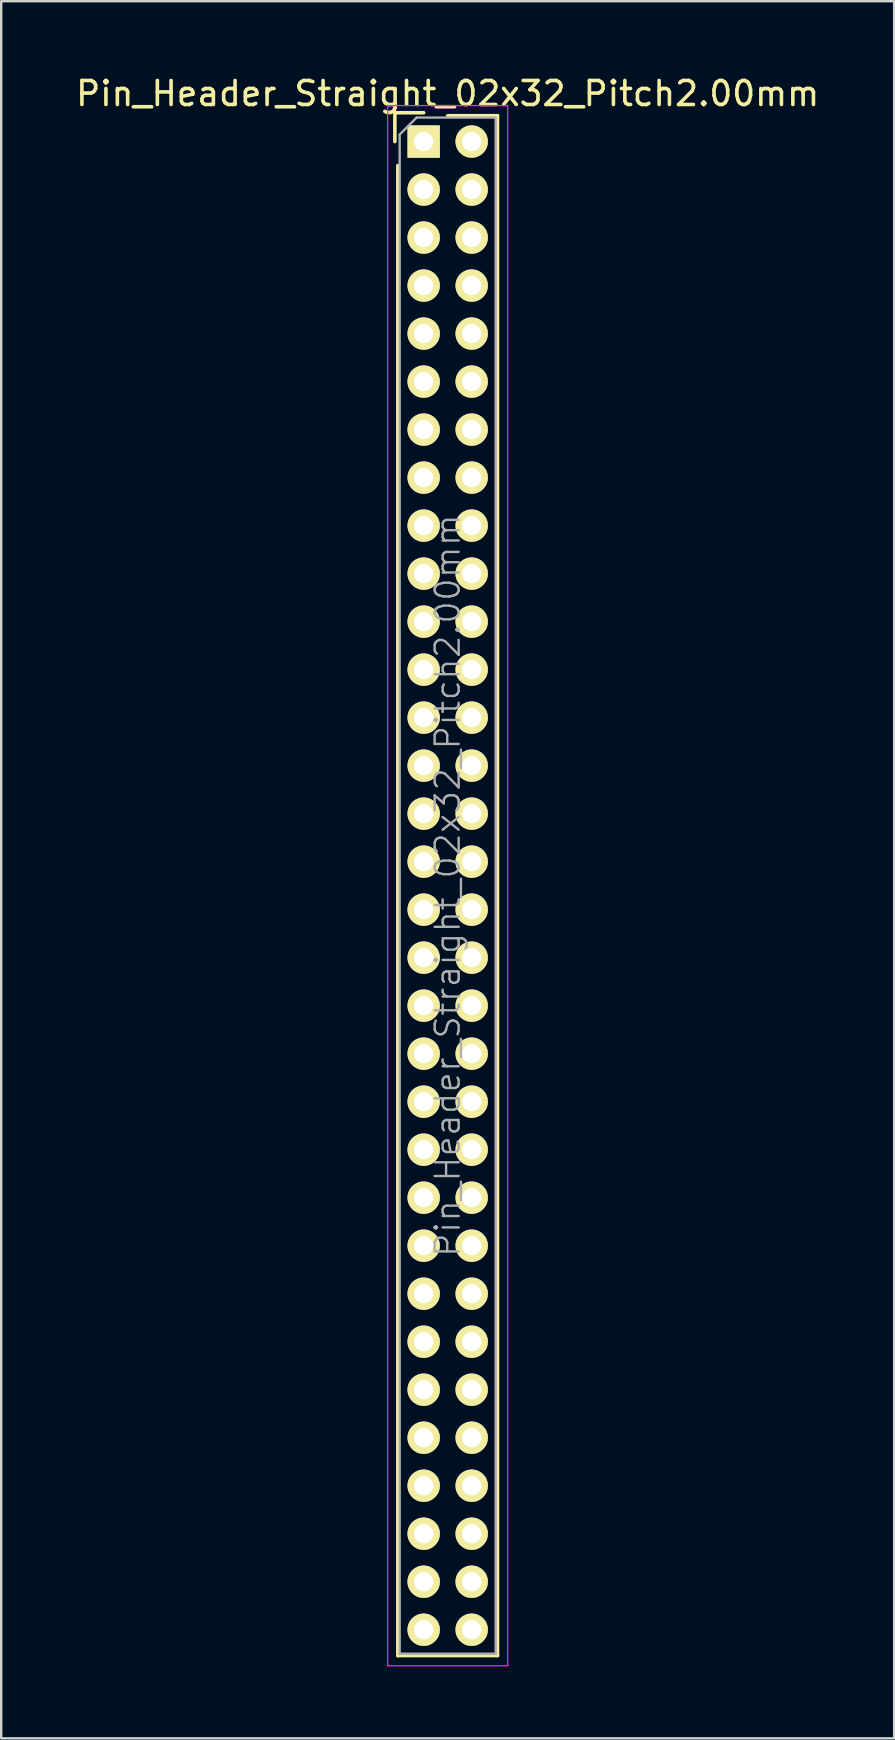
<source format=kicad_pcb>
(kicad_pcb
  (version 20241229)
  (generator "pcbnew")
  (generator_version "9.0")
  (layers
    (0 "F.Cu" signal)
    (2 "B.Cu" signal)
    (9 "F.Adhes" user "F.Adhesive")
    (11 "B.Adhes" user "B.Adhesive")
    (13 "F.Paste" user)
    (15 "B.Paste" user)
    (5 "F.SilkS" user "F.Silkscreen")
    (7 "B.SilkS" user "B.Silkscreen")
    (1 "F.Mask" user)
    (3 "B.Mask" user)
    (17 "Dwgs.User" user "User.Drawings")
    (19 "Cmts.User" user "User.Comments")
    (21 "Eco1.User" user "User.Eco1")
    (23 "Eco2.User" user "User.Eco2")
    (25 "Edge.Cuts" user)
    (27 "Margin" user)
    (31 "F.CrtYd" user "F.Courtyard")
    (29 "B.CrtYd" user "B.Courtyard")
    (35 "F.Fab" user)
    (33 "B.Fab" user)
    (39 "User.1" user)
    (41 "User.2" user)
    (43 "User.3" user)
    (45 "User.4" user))
  (footprint "Pin_Header_Straight_02x32_Pitch2.00mm"
    (layer "F.Cu")
    (at 14.601 2.848)
    (property "Reference" "Pin_Header_Straight_02x32_Pitch2.00mm" (at 1 -2 0) (layer "F.SilkS") (effects (font (size 1 1) (thickness 0.15))))
    (attr smd)
    (fp_line (start -1.2 -1.2) (end -1.2 0) (stroke (width 0.15) (type solid)) (layer "F.SilkS"))
    (fp_line (start -1.2 -1.2) (end 0 -1.2) (stroke (width 0.15) (type solid)) (layer "F.SilkS"))
    (fp_line (start -1.075 1) (end -1.075 63.075) (stroke (width 0.15) (type solid)) (layer "F.SilkS"))
    (fp_line (start -1.075 63.075) (end 3.075 63.075) (stroke (width 0.15) (type solid)) (layer "F.SilkS"))
    (fp_line (start 1 -1.075) (end 3.075 -1.075) (stroke (width 0.15) (type solid)) (layer "F.SilkS"))
    (fp_line (start 3.075 -1.075) (end 3.075 63.075) (stroke (width 0.15) (type solid)) (layer "F.SilkS"))
    (fp_line (start -1.5 -1.5) (end -1.5 63.5) (stroke (width 0.05) (type solid)) (layer "F.CrtYd"))
    (fp_line (start 3.5 -1.5) (end -1.5 -1.5) (stroke (width 0.05) (type solid)) (layer "F.CrtYd"))
    (fp_line (start 3.5 -1.5) (end 3.5 63.5) (stroke (width 0.05) (type solid)) (layer "F.CrtYd"))
    (fp_line (start 3.5 63.5) (end -1.5 63.5) (stroke (width 0.05) (type solid)) (layer "F.CrtYd"))
    (fp_line (start -1 -0.293) (end -0.293 -1) (stroke (width 0.1) (type solid)) (layer "F.Fab"))
    (fp_line (start -1 63) (end -1 -0.293) (stroke (width 0.1) (type solid)) (layer "F.Fab"))
    (fp_line (start 3 -1) (end -0.293 -1) (stroke (width 0.1) (type solid)) (layer "F.Fab"))
    (fp_line (start 3 63) (end -1 63) (stroke (width 0.1) (type solid)) (layer "F.Fab"))
    (fp_line (start 3 63) (end 3 -1) (stroke (width 0.1) (type solid)) (layer "F.Fab"))
    (fp_text user "${REFERENCE}" (at 1 31 90) (layer "F.Fab") (effects (font (size 1 1) (thickness 0.1))))
    (pad "1" thru_hole rect (at 0 0) (size 1.35 1.35) (drill 0.8) (layers "*.Cu" "*.Mask" "F.SilkS"))
    (pad "2" thru_hole oval (at 2 0) (size 1.35 1.35) (drill 0.8) (layers "*.Cu" "*.Mask" "F.SilkS"))
    (pad "3" thru_hole oval (at 0 2) (size 1.35 1.35) (drill 0.8) (layers "*.Cu" "*.Mask" "F.SilkS"))
    (pad "4" thru_hole oval (at 2 2) (size 1.35 1.35) (drill 0.8) (layers "*.Cu" "*.Mask" "F.SilkS"))
    (pad "5" thru_hole oval (at 0 4) (size 1.35 1.35) (drill 0.8) (layers "*.Cu" "*.Mask" "F.SilkS"))
    (pad "6" thru_hole oval (at 2 4) (size 1.35 1.35) (drill 0.8) (layers "*.Cu" "*.Mask" "F.SilkS"))
    (pad "7" thru_hole oval (at 0 6) (size 1.35 1.35) (drill 0.8) (layers "*.Cu" "*.Mask" "F.SilkS"))
    (pad "8" thru_hole oval (at 2 6) (size 1.35 1.35) (drill 0.8) (layers "*.Cu" "*.Mask" "F.SilkS"))
    (pad "9" thru_hole oval (at 0 8) (size 1.35 1.35) (drill 0.8) (layers "*.Cu" "*.Mask" "F.SilkS"))
    (pad "10" thru_hole oval (at 2 8) (size 1.35 1.35) (drill 0.8) (layers "*.Cu" "*.Mask" "F.SilkS"))
    (pad "11" thru_hole oval (at 0 10) (size 1.35 1.35) (drill 0.8) (layers "*.Cu" "*.Mask" "F.SilkS"))
    (pad "12" thru_hole oval (at 2 10) (size 1.35 1.35) (drill 0.8) (layers "*.Cu" "*.Mask" "F.SilkS"))
    (pad "13" thru_hole oval (at 0 12) (size 1.35 1.35) (drill 0.8) (layers "*.Cu" "*.Mask" "F.SilkS"))
    (pad "14" thru_hole oval (at 2 12) (size 1.35 1.35) (drill 0.8) (layers "*.Cu" "*.Mask" "F.SilkS"))
    (pad "15" thru_hole oval (at 0 14) (size 1.35 1.35) (drill 0.8) (layers "*.Cu" "*.Mask" "F.SilkS"))
    (pad "16" thru_hole oval (at 2 14) (size 1.35 1.35) (drill 0.8) (layers "*.Cu" "*.Mask" "F.SilkS"))
    (pad "17" thru_hole oval (at 0 16) (size 1.35 1.35) (drill 0.8) (layers "*.Cu" "*.Mask" "F.SilkS"))
    (pad "18" thru_hole oval (at 2 16) (size 1.35 1.35) (drill 0.8) (layers "*.Cu" "*.Mask" "F.SilkS"))
    (pad "19" thru_hole oval (at 0 18) (size 1.35 1.35) (drill 0.8) (layers "*.Cu" "*.Mask" "F.SilkS"))
    (pad "20" thru_hole oval (at 2 18) (size 1.35 1.35) (drill 0.8) (layers "*.Cu" "*.Mask" "F.SilkS"))
    (pad "21" thru_hole oval (at 0 20) (size 1.35 1.35) (drill 0.8) (layers "*.Cu" "*.Mask" "F.SilkS"))
    (pad "22" thru_hole oval (at 2 20) (size 1.35 1.35) (drill 0.8) (layers "*.Cu" "*.Mask" "F.SilkS"))
    (pad "23" thru_hole oval (at 0 22) (size 1.35 1.35) (drill 0.8) (layers "*.Cu" "*.Mask" "F.SilkS"))
    (pad "24" thru_hole oval (at 2 22) (size 1.35 1.35) (drill 0.8) (layers "*.Cu" "*.Mask" "F.SilkS"))
    (pad "25" thru_hole oval (at 0 24) (size 1.35 1.35) (drill 0.8) (layers "*.Cu" "*.Mask" "F.SilkS"))
    (pad "26" thru_hole oval (at 2 24) (size 1.35 1.35) (drill 0.8) (layers "*.Cu" "*.Mask" "F.SilkS"))
    (pad "27" thru_hole oval (at 0 26) (size 1.35 1.35) (drill 0.8) (layers "*.Cu" "*.Mask" "F.SilkS"))
    (pad "28" thru_hole oval (at 2 26) (size 1.35 1.35) (drill 0.8) (layers "*.Cu" "*.Mask" "F.SilkS"))
    (pad "29" thru_hole oval (at 0 28) (size 1.35 1.35) (drill 0.8) (layers "*.Cu" "*.Mask" "F.SilkS"))
    (pad "30" thru_hole oval (at 2 28) (size 1.35 1.35) (drill 0.8) (layers "*.Cu" "*.Mask" "F.SilkS"))
    (pad "31" thru_hole oval (at 0 30) (size 1.35 1.35) (drill 0.8) (layers "*.Cu" "*.Mask" "F.SilkS"))
    (pad "32" thru_hole oval (at 2 30) (size 1.35 1.35) (drill 0.8) (layers "*.Cu" "*.Mask" "F.SilkS"))
    (pad "33" thru_hole oval (at 0 32) (size 1.35 1.35) (drill 0.8) (layers "*.Cu" "*.Mask" "F.SilkS"))
    (pad "34" thru_hole oval (at 2 32) (size 1.35 1.35) (drill 0.8) (layers "*.Cu" "*.Mask" "F.SilkS"))
    (pad "35" thru_hole oval (at 0 34) (size 1.35 1.35) (drill 0.8) (layers "*.Cu" "*.Mask" "F.SilkS"))
    (pad "36" thru_hole oval (at 2 34) (size 1.35 1.35) (drill 0.8) (layers "*.Cu" "*.Mask" "F.SilkS"))
    (pad "37" thru_hole oval (at 0 36) (size 1.35 1.35) (drill 0.8) (layers "*.Cu" "*.Mask" "F.SilkS"))
    (pad "38" thru_hole oval (at 2 36) (size 1.35 1.35) (drill 0.8) (layers "*.Cu" "*.Mask" "F.SilkS"))
    (pad "39" thru_hole oval (at 0 38) (size 1.35 1.35) (drill 0.8) (layers "*.Cu" "*.Mask" "F.SilkS"))
    (pad "40" thru_hole oval (at 2 38) (size 1.35 1.35) (drill 0.8) (layers "*.Cu" "*.Mask" "F.SilkS"))
    (pad "41" thru_hole oval (at 0 40) (size 1.35 1.35) (drill 0.8) (layers "*.Cu" "*.Mask" "F.SilkS"))
    (pad "42" thru_hole oval (at 2 40) (size 1.35 1.35) (drill 0.8) (layers "*.Cu" "*.Mask" "F.SilkS"))
    (pad "43" thru_hole oval (at 0 42) (size 1.35 1.35) (drill 0.8) (layers "*.Cu" "*.Mask" "F.SilkS"))
    (pad "44" thru_hole oval (at 2 42) (size 1.35 1.35) (drill 0.8) (layers "*.Cu" "*.Mask" "F.SilkS"))
    (pad "45" thru_hole oval (at 0 44) (size 1.35 1.35) (drill 0.8) (layers "*.Cu" "*.Mask" "F.SilkS"))
    (pad "46" thru_hole oval (at 2 44) (size 1.35 1.35) (drill 0.8) (layers "*.Cu" "*.Mask" "F.SilkS"))
    (pad "47" thru_hole oval (at 0 46) (size 1.35 1.35) (drill 0.8) (layers "*.Cu" "*.Mask" "F.SilkS"))
    (pad "48" thru_hole oval (at 2 46) (size 1.35 1.35) (drill 0.8) (layers "*.Cu" "*.Mask" "F.SilkS"))
    (pad "49" thru_hole oval (at 0 48) (size 1.35 1.35) (drill 0.8) (layers "*.Cu" "*.Mask" "F.SilkS"))
    (pad "50" thru_hole oval (at 2 48) (size 1.35 1.35) (drill 0.8) (layers "*.Cu" "*.Mask" "F.SilkS"))
    (pad "51" thru_hole oval (at 0 50) (size 1.35 1.35) (drill 0.8) (layers "*.Cu" "*.Mask" "F.SilkS"))
    (pad "52" thru_hole oval (at 2 50) (size 1.35 1.35) (drill 0.8) (layers "*.Cu" "*.Mask" "F.SilkS"))
    (pad "53" thru_hole oval (at 0 52) (size 1.35 1.35) (drill 0.8) (layers "*.Cu" "*.Mask" "F.SilkS"))
    (pad "54" thru_hole oval (at 2 52) (size 1.35 1.35) (drill 0.8) (layers "*.Cu" "*.Mask" "F.SilkS"))
    (pad "55" thru_hole oval (at 0 54) (size 1.35 1.35) (drill 0.8) (layers "*.Cu" "*.Mask" "F.SilkS"))
    (pad "56" thru_hole oval (at 2 54) (size 1.35 1.35) (drill 0.8) (layers "*.Cu" "*.Mask" "F.SilkS"))
    (pad "57" thru_hole oval (at 0 56) (size 1.35 1.35) (drill 0.8) (layers "*.Cu" "*.Mask" "F.SilkS"))
    (pad "58" thru_hole oval (at 2 56) (size 1.35 1.35) (drill 0.8) (layers "*.Cu" "*.Mask" "F.SilkS"))
    (pad "59" thru_hole oval (at 0 58) (size 1.35 1.35) (drill 0.8) (layers "*.Cu" "*.Mask" "F.SilkS"))
    (pad "60" thru_hole oval (at 2 58) (size 1.35 1.35) (drill 0.8) (layers "*.Cu" "*.Mask" "F.SilkS"))
    (pad "61" thru_hole oval (at 0 60) (size 1.35 1.35) (drill 0.8) (layers "*.Cu" "*.Mask" "F.SilkS"))
    (pad "62" thru_hole oval (at 2 60) (size 1.35 1.35) (drill 0.8) (layers "*.Cu" "*.Mask" "F.SilkS"))
    (pad "63" thru_hole oval (at 0 62) (size 1.35 1.35) (drill 0.8) (layers "*.Cu" "*.Mask" "F.SilkS"))
    (pad "64" thru_hole oval (at 2 62) (size 1.35 1.35) (drill 0.8) (layers "*.Cu" "*.Mask" "F.SilkS")))
  (gr_rect
    (start -3 -3)
    (end 34.202 69.373)
    (stroke (width 0.1) (type default))
    (fill no)
    (layer "Edge.Cuts")))
</source>
